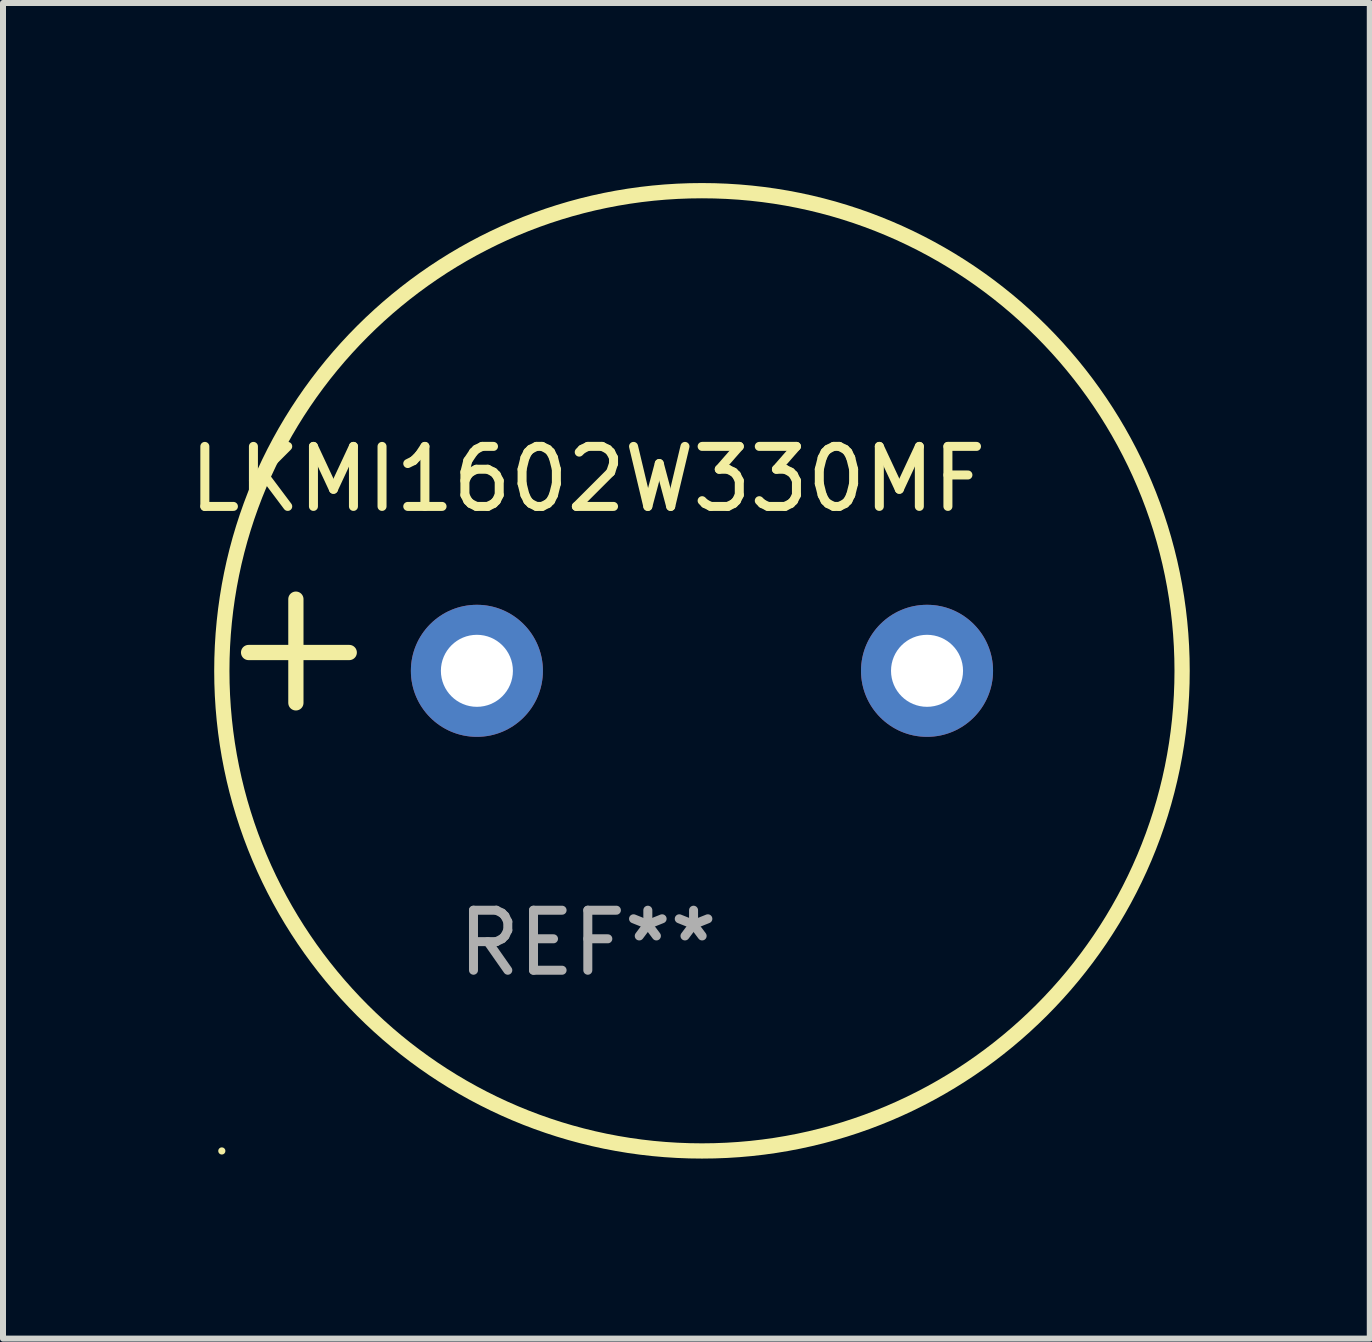
<source format=kicad_pcb>
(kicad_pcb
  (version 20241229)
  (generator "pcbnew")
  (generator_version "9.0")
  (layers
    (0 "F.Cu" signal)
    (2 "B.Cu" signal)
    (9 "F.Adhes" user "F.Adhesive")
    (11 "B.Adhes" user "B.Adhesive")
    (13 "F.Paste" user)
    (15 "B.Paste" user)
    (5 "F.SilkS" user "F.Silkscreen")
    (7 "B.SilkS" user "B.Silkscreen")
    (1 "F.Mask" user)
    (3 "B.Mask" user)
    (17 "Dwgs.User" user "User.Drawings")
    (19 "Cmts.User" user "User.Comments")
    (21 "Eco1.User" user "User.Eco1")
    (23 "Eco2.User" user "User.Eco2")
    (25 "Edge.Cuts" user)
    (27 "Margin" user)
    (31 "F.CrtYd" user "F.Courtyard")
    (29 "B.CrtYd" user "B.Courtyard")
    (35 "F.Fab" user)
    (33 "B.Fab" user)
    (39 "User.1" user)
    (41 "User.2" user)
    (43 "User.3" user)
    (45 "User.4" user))
  (footprint "LKMI1602W330MF"
    (layer "F.Cu")
    (at 6.744 7.797)
    (property "Reference" "LKMI1602W330MF" (at 0 -2.864 0) (layer "F.SilkS") (effects (font (size 1 1) (thickness 0.15))))
    (attr through_hole)
    (fp_line (start -4.864 0.864) (end -4.864 -0.864) (stroke (width 0.254) (type solid)) (layer "F.SilkS"))
    (fp_line (start -3.975 0.025) (end -5.652 0.025) (stroke (width 0.254) (type solid)) (layer "F.SilkS"))
    (fp_circle (center -6.098 8.33) (end -6.068 8.33) (stroke (width 0.06) (type solid)) (fill no) (layer "F.SilkS"))
    (fp_circle (center 1.902 0.33) (end 9.902 0.33) (stroke (width 0.254) (type solid)) (fill no) (layer "F.SilkS"))
    (fp_text user "REF**" (at 0 4.864 0) (layer "F.Fab") (effects (font (size 1 1) (thickness 0.15))))
    (pad "1" thru_hole circle (at -1.848 0.33) (size 2.2 2.2) (drill 1.2) (layers "*.Cu" "*.Mask"))
    (pad "2" thru_hole circle (at 5.652 0.33) (size 2.2 2.2) (drill 1.2) (layers "*.Cu" "*.Mask")))
  (gr_rect
    (start -3 -3)
    (end 19.773 19.254)
    (stroke (width 0.1) (type default))
    (fill no)
    (layer "Edge.Cuts")))
</source>
